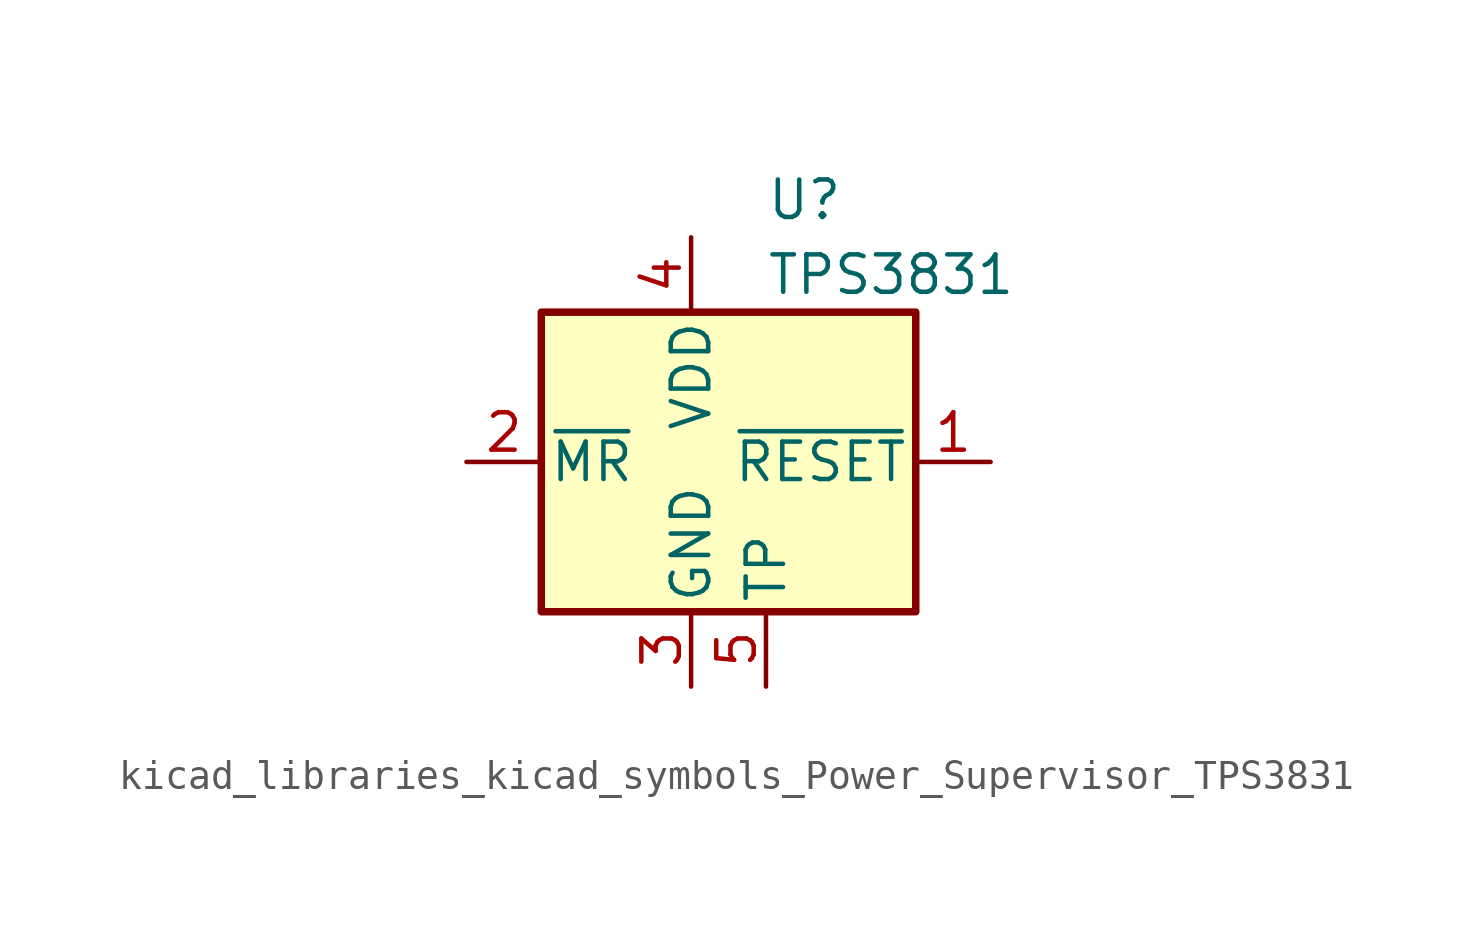
<source format=kicad_sym>
(kicad_symbol_lib
  (version 20220914)
  (generator kicad_symbol_editor)
  (symbol "kicad_libraries_kicad_symbols_Power_Supervisor_TPS3831"
    (pin_names
      (offset 0.254))
    (property "Reference" "U"
      (at 2.54 8.89 0)
      (effects (font (size 1.27 1.27)) (justify left)))
    (property "Value" "TPS3831"
      (at 2.54 6.35 0)
      (effects (font (size 1.27 1.27)) (justify left)))
    (symbol "kicad_libraries_kicad_symbols_Power_Supervisor_TPS3831_0_1"
      (rectangle (start -5.08 5.08) (end 7.62 -5.08) (stroke (width 0.254) (type default)) (fill (type background))))
    (symbol "kicad_libraries_kicad_symbols_Power_Supervisor_TPS3831_1_1"
      (pin output line (at 10.16 0 180) (length 2.54) (name "~{RESET}" (effects (font (size 1.27 1.27)))) (number "1" (effects (font (size 1.27 1.27)))))
      (pin input line (at -7.62 0 0) (length 2.54) (name "~{MR}" (effects (font (size 1.27 1.27)))) (number "2" (effects (font (size 1.27 1.27)))))
      (pin power_in line (at 0 -7.62 90) (length 2.54) (name "GND" (effects (font (size 1.27 1.27)))) (number "3" (effects (font (size 1.27 1.27)))))
      (pin power_in line (at 0 7.62 270) (length 2.54) (name "VDD" (effects (font (size 1.27 1.27)))) (number "4" (effects (font (size 1.27 1.27)))))
      (pin power_in line (at 2.54 -7.62 90) (length 2.54) (name "TP" (effects (font (size 1.27 1.27)))) (number "5" (effects (font (size 1.27 1.27))))))))
</source>
